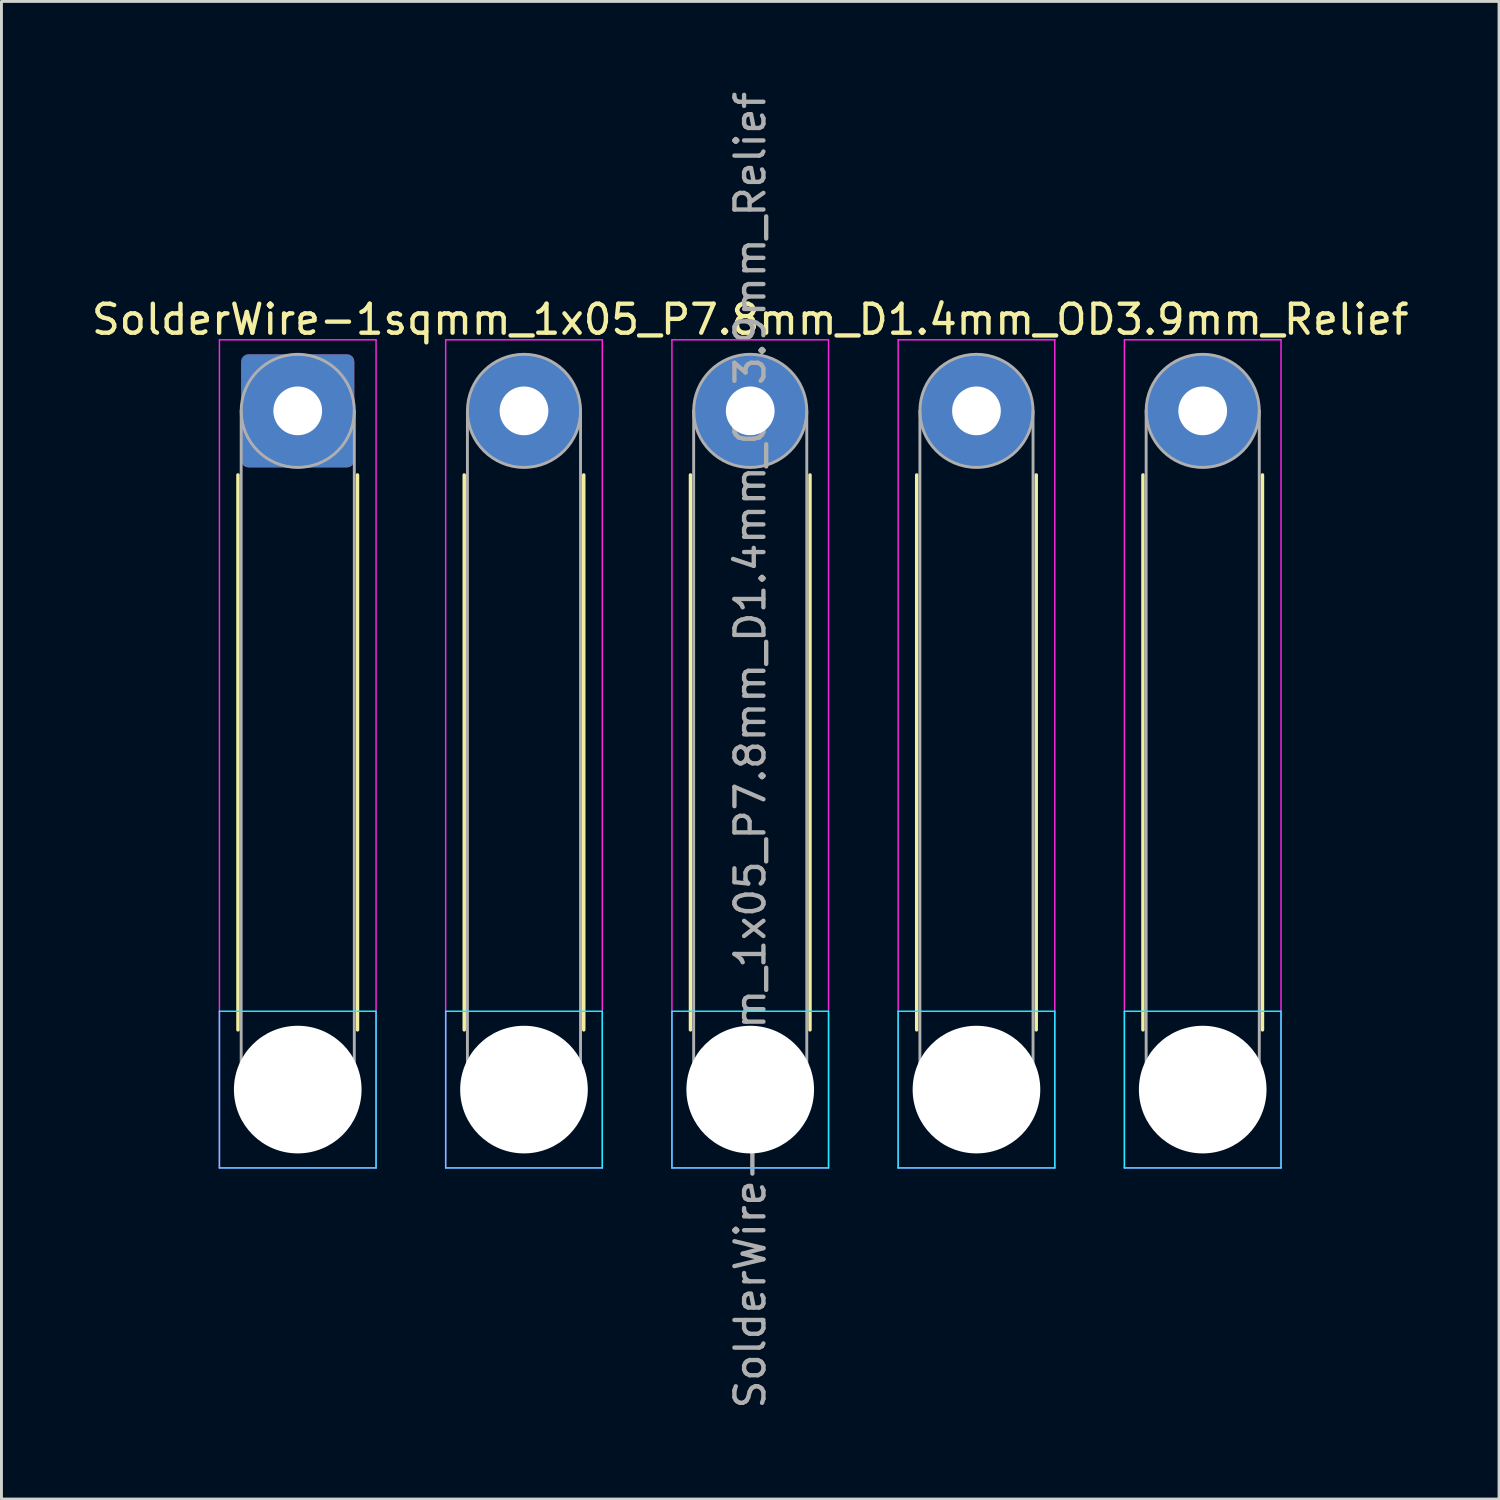
<source format=kicad_pcb>
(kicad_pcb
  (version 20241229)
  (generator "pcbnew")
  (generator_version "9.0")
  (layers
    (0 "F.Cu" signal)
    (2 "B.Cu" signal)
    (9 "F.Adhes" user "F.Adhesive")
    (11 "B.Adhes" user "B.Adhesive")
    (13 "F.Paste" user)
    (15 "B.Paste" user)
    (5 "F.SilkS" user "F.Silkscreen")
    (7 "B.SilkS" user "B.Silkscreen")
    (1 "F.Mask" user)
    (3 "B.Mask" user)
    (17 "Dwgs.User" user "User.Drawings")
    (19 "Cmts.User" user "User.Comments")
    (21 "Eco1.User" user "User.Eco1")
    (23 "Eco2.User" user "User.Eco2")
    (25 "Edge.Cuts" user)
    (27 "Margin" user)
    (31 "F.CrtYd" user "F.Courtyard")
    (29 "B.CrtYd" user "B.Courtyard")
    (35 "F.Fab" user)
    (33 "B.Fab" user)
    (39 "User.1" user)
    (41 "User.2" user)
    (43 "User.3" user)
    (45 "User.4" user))
  (footprint "SolderWire-1sqmm_1x05_P7.8mm_D1.4mm_OD3.9mm_Relief"
    (layer "F.Cu")
    (at 7.215 11.115)
    (property "Reference" "SolderWire-1sqmm_1x05_P7.8mm_D1.4mm_OD3.9mm_Relief" (at 15.6 -3.15 0) (layer "F.SilkS") (effects (font (size 1 1) (thickness 0.15))))
    (attr exclude_from_pos_files exclude_from_bom)
    (fp_line (start -2.06 2.21) (end -2.06 21.34) (stroke (width 0.12) (type solid)) (layer "F.SilkS"))
    (fp_line (start 2.06 2.21) (end 2.06 21.34) (stroke (width 0.12) (type solid)) (layer "F.SilkS"))
    (fp_line (start 5.74 2.21) (end 5.74 21.34) (stroke (width 0.12) (type solid)) (layer "F.SilkS"))
    (fp_line (start 9.86 2.21) (end 9.86 21.34) (stroke (width 0.12) (type solid)) (layer "F.SilkS"))
    (fp_line (start 13.54 2.21) (end 13.54 21.34) (stroke (width 0.12) (type solid)) (layer "F.SilkS"))
    (fp_line (start 17.66 2.21) (end 17.66 21.34) (stroke (width 0.12) (type solid)) (layer "F.SilkS"))
    (fp_line (start 21.34 2.21) (end 21.34 21.34) (stroke (width 0.12) (type solid)) (layer "F.SilkS"))
    (fp_line (start 25.46 2.21) (end 25.46 21.34) (stroke (width 0.12) (type solid)) (layer "F.SilkS"))
    (fp_line (start 29.14 2.21) (end 29.14 21.34) (stroke (width 0.12) (type solid)) (layer "F.SilkS"))
    (fp_line (start 33.26 2.21) (end 33.26 21.34) (stroke (width 0.12) (type solid)) (layer "F.SilkS"))
    (fp_line (start -2.7 20.7) (end -2.7 26.1) (stroke (width 0.05) (type solid)) (layer "B.CrtYd"))
    (fp_line (start -2.7 26.1) (end 2.7 26.1) (stroke (width 0.05) (type solid)) (layer "B.CrtYd"))
    (fp_line (start 2.7 20.7) (end -2.7 20.7) (stroke (width 0.05) (type solid)) (layer "B.CrtYd"))
    (fp_line (start 2.7 26.1) (end 2.7 20.7) (stroke (width 0.05) (type solid)) (layer "B.CrtYd"))
    (fp_line (start 5.1 20.7) (end 5.1 26.1) (stroke (width 0.05) (type solid)) (layer "B.CrtYd"))
    (fp_line (start 5.1 26.1) (end 10.5 26.1) (stroke (width 0.05) (type solid)) (layer "B.CrtYd"))
    (fp_line (start 10.5 20.7) (end 5.1 20.7) (stroke (width 0.05) (type solid)) (layer "B.CrtYd"))
    (fp_line (start 10.5 26.1) (end 10.5 20.7) (stroke (width 0.05) (type solid)) (layer "B.CrtYd"))
    (fp_line (start 12.9 20.7) (end 12.9 26.1) (stroke (width 0.05) (type solid)) (layer "B.CrtYd"))
    (fp_line (start 12.9 26.1) (end 18.3 26.1) (stroke (width 0.05) (type solid)) (layer "B.CrtYd"))
    (fp_line (start 18.3 20.7) (end 12.9 20.7) (stroke (width 0.05) (type solid)) (layer "B.CrtYd"))
    (fp_line (start 18.3 26.1) (end 18.3 20.7) (stroke (width 0.05) (type solid)) (layer "B.CrtYd"))
    (fp_line (start 20.7 20.7) (end 20.7 26.1) (stroke (width 0.05) (type solid)) (layer "B.CrtYd"))
    (fp_line (start 20.7 26.1) (end 26.1 26.1) (stroke (width 0.05) (type solid)) (layer "B.CrtYd"))
    (fp_line (start 26.1 20.7) (end 20.7 20.7) (stroke (width 0.05) (type solid)) (layer "B.CrtYd"))
    (fp_line (start 26.1 26.1) (end 26.1 20.7) (stroke (width 0.05) (type solid)) (layer "B.CrtYd"))
    (fp_line (start 28.5 20.7) (end 28.5 26.1) (stroke (width 0.05) (type solid)) (layer "B.CrtYd"))
    (fp_line (start 28.5 26.1) (end 33.9 26.1) (stroke (width 0.05) (type solid)) (layer "B.CrtYd"))
    (fp_line (start 33.9 20.7) (end 28.5 20.7) (stroke (width 0.05) (type solid)) (layer "B.CrtYd"))
    (fp_line (start 33.9 26.1) (end 33.9 20.7) (stroke (width 0.05) (type solid)) (layer "B.CrtYd"))
    (fp_line (start -2.7 -2.45) (end -2.7 26.1) (stroke (width 0.05) (type solid)) (layer "F.CrtYd"))
    (fp_line (start -2.7 26.1) (end 2.7 26.1) (stroke (width 0.05) (type solid)) (layer "F.CrtYd"))
    (fp_line (start 2.7 -2.45) (end -2.7 -2.45) (stroke (width 0.05) (type solid)) (layer "F.CrtYd"))
    (fp_line (start 2.7 26.1) (end 2.7 -2.45) (stroke (width 0.05) (type solid)) (layer "F.CrtYd"))
    (fp_line (start 5.1 -2.45) (end 5.1 26.1) (stroke (width 0.05) (type solid)) (layer "F.CrtYd"))
    (fp_line (start 5.1 26.1) (end 10.5 26.1) (stroke (width 0.05) (type solid)) (layer "F.CrtYd"))
    (fp_line (start 10.5 -2.45) (end 5.1 -2.45) (stroke (width 0.05) (type solid)) (layer "F.CrtYd"))
    (fp_line (start 10.5 26.1) (end 10.5 -2.45) (stroke (width 0.05) (type solid)) (layer "F.CrtYd"))
    (fp_line (start 12.9 -2.45) (end 12.9 26.1) (stroke (width 0.05) (type solid)) (layer "F.CrtYd"))
    (fp_line (start 12.9 26.1) (end 18.3 26.1) (stroke (width 0.05) (type solid)) (layer "F.CrtYd"))
    (fp_line (start 18.3 -2.45) (end 12.9 -2.45) (stroke (width 0.05) (type solid)) (layer "F.CrtYd"))
    (fp_line (start 18.3 26.1) (end 18.3 -2.45) (stroke (width 0.05) (type solid)) (layer "F.CrtYd"))
    (fp_line (start 20.7 -2.45) (end 20.7 26.1) (stroke (width 0.05) (type solid)) (layer "F.CrtYd"))
    (fp_line (start 20.7 26.1) (end 26.1 26.1) (stroke (width 0.05) (type solid)) (layer "F.CrtYd"))
    (fp_line (start 26.1 -2.45) (end 20.7 -2.45) (stroke (width 0.05) (type solid)) (layer "F.CrtYd"))
    (fp_line (start 26.1 26.1) (end 26.1 -2.45) (stroke (width 0.05) (type solid)) (layer "F.CrtYd"))
    (fp_line (start 28.5 -2.45) (end 28.5 26.1) (stroke (width 0.05) (type solid)) (layer "F.CrtYd"))
    (fp_line (start 28.5 26.1) (end 33.9 26.1) (stroke (width 0.05) (type solid)) (layer "F.CrtYd"))
    (fp_line (start 33.9 -2.45) (end 28.5 -2.45) (stroke (width 0.05) (type solid)) (layer "F.CrtYd"))
    (fp_line (start 33.9 26.1) (end 33.9 -2.45) (stroke (width 0.05) (type solid)) (layer "F.CrtYd"))
    (fp_line (start -1.95 0) (end -1.95 23.4) (stroke (width 0.1) (type solid)) (layer "F.Fab"))
    (fp_line (start 1.95 0) (end 1.95 23.4) (stroke (width 0.1) (type solid)) (layer "F.Fab"))
    (fp_line (start 5.85 0) (end 5.85 23.4) (stroke (width 0.1) (type solid)) (layer "F.Fab"))
    (fp_line (start 9.75 0) (end 9.75 23.4) (stroke (width 0.1) (type solid)) (layer "F.Fab"))
    (fp_line (start 13.65 0) (end 13.65 23.4) (stroke (width 0.1) (type solid)) (layer "F.Fab"))
    (fp_line (start 17.55 0) (end 17.55 23.4) (stroke (width 0.1) (type solid)) (layer "F.Fab"))
    (fp_line (start 21.45 0) (end 21.45 23.4) (stroke (width 0.1) (type solid)) (layer "F.Fab"))
    (fp_line (start 25.35 0) (end 25.35 23.4) (stroke (width 0.1) (type solid)) (layer "F.Fab"))
    (fp_line (start 29.25 0) (end 29.25 23.4) (stroke (width 0.1) (type solid)) (layer "F.Fab"))
    (fp_line (start 33.15 0) (end 33.15 23.4) (stroke (width 0.1) (type solid)) (layer "F.Fab"))
    (fp_circle (center 0 0) (end 1.95 0) (stroke (width 0.1) (type solid)) (fill no) (layer "F.Fab"))
    (fp_circle (center 0 23.4) (end 1.95 23.4) (stroke (width 0.1) (type solid)) (fill no) (layer "F.Fab"))
    (fp_circle (center 7.8 0) (end 9.75 0) (stroke (width 0.1) (type solid)) (fill no) (layer "F.Fab"))
    (fp_circle (center 7.8 23.4) (end 9.75 23.4) (stroke (width 0.1) (type solid)) (fill no) (layer "F.Fab"))
    (fp_circle (center 15.6 0) (end 17.55 0) (stroke (width 0.1) (type solid)) (fill no) (layer "F.Fab"))
    (fp_circle (center 15.6 23.4) (end 17.55 23.4) (stroke (width 0.1) (type solid)) (fill no) (layer "F.Fab"))
    (fp_circle (center 23.4 0) (end 25.35 0) (stroke (width 0.1) (type solid)) (fill no) (layer "F.Fab"))
    (fp_circle (center 23.4 23.4) (end 25.35 23.4) (stroke (width 0.1) (type solid)) (fill no) (layer "F.Fab"))
    (fp_circle (center 31.2 0) (end 33.15 0) (stroke (width 0.1) (type solid)) (fill no) (layer "F.Fab"))
    (fp_circle (center 31.2 23.4) (end 33.15 23.4) (stroke (width 0.1) (type solid)) (fill no) (layer "F.Fab"))
    (fp_text user "${REFERENCE}" (at 15.6 11.7 90) (layer "F.Fab") (effects (font (size 1 1) (thickness 0.15))))
    (pad "" np_thru_hole circle (at 0 23.4) (size 4.4 4.4) (drill 4.4) (layers "*.Cu" "*.Mask"))
    (pad "" np_thru_hole circle (at 7.8 23.4) (size 4.4 4.4) (drill 4.4) (layers "*.Cu" "*.Mask"))
    (pad "" np_thru_hole circle (at 15.6 23.4) (size 4.4 4.4) (drill 4.4) (layers "*.Cu" "*.Mask"))
    (pad "" np_thru_hole circle (at 23.4 23.4) (size 4.4 4.4) (drill 4.4) (layers "*.Cu" "*.Mask"))
    (pad "" np_thru_hole circle (at 31.2 23.4) (size 4.4 4.4) (drill 4.4) (layers "*.Cu" "*.Mask"))
    (pad "1" thru_hole roundrect (at 0 0) (size 3.9 3.9) (drill 1.68) (layers "*.Cu" "*.Mask") (roundrect_rratio 0.064))
    (pad "2" thru_hole circle (at 7.8 0) (size 3.9 3.9) (drill 1.68) (layers "*.Cu" "*.Mask"))
    (pad "3" thru_hole circle (at 15.6 0) (size 3.9 3.9) (drill 1.68) (layers "*.Cu" "*.Mask"))
    (pad "4" thru_hole circle (at 23.4 0) (size 3.9 3.9) (drill 1.68) (layers "*.Cu" "*.Mask"))
    (pad "5" thru_hole circle (at 31.2 0) (size 3.9 3.9) (drill 1.68) (layers "*.Cu" "*.Mask")))
  (gr_rect
    (start -3 -3)
    (end 48.631 48.631)
    (stroke (width 0.1) (type default))
    (fill no)
    (layer "Edge.Cuts")))
</source>
